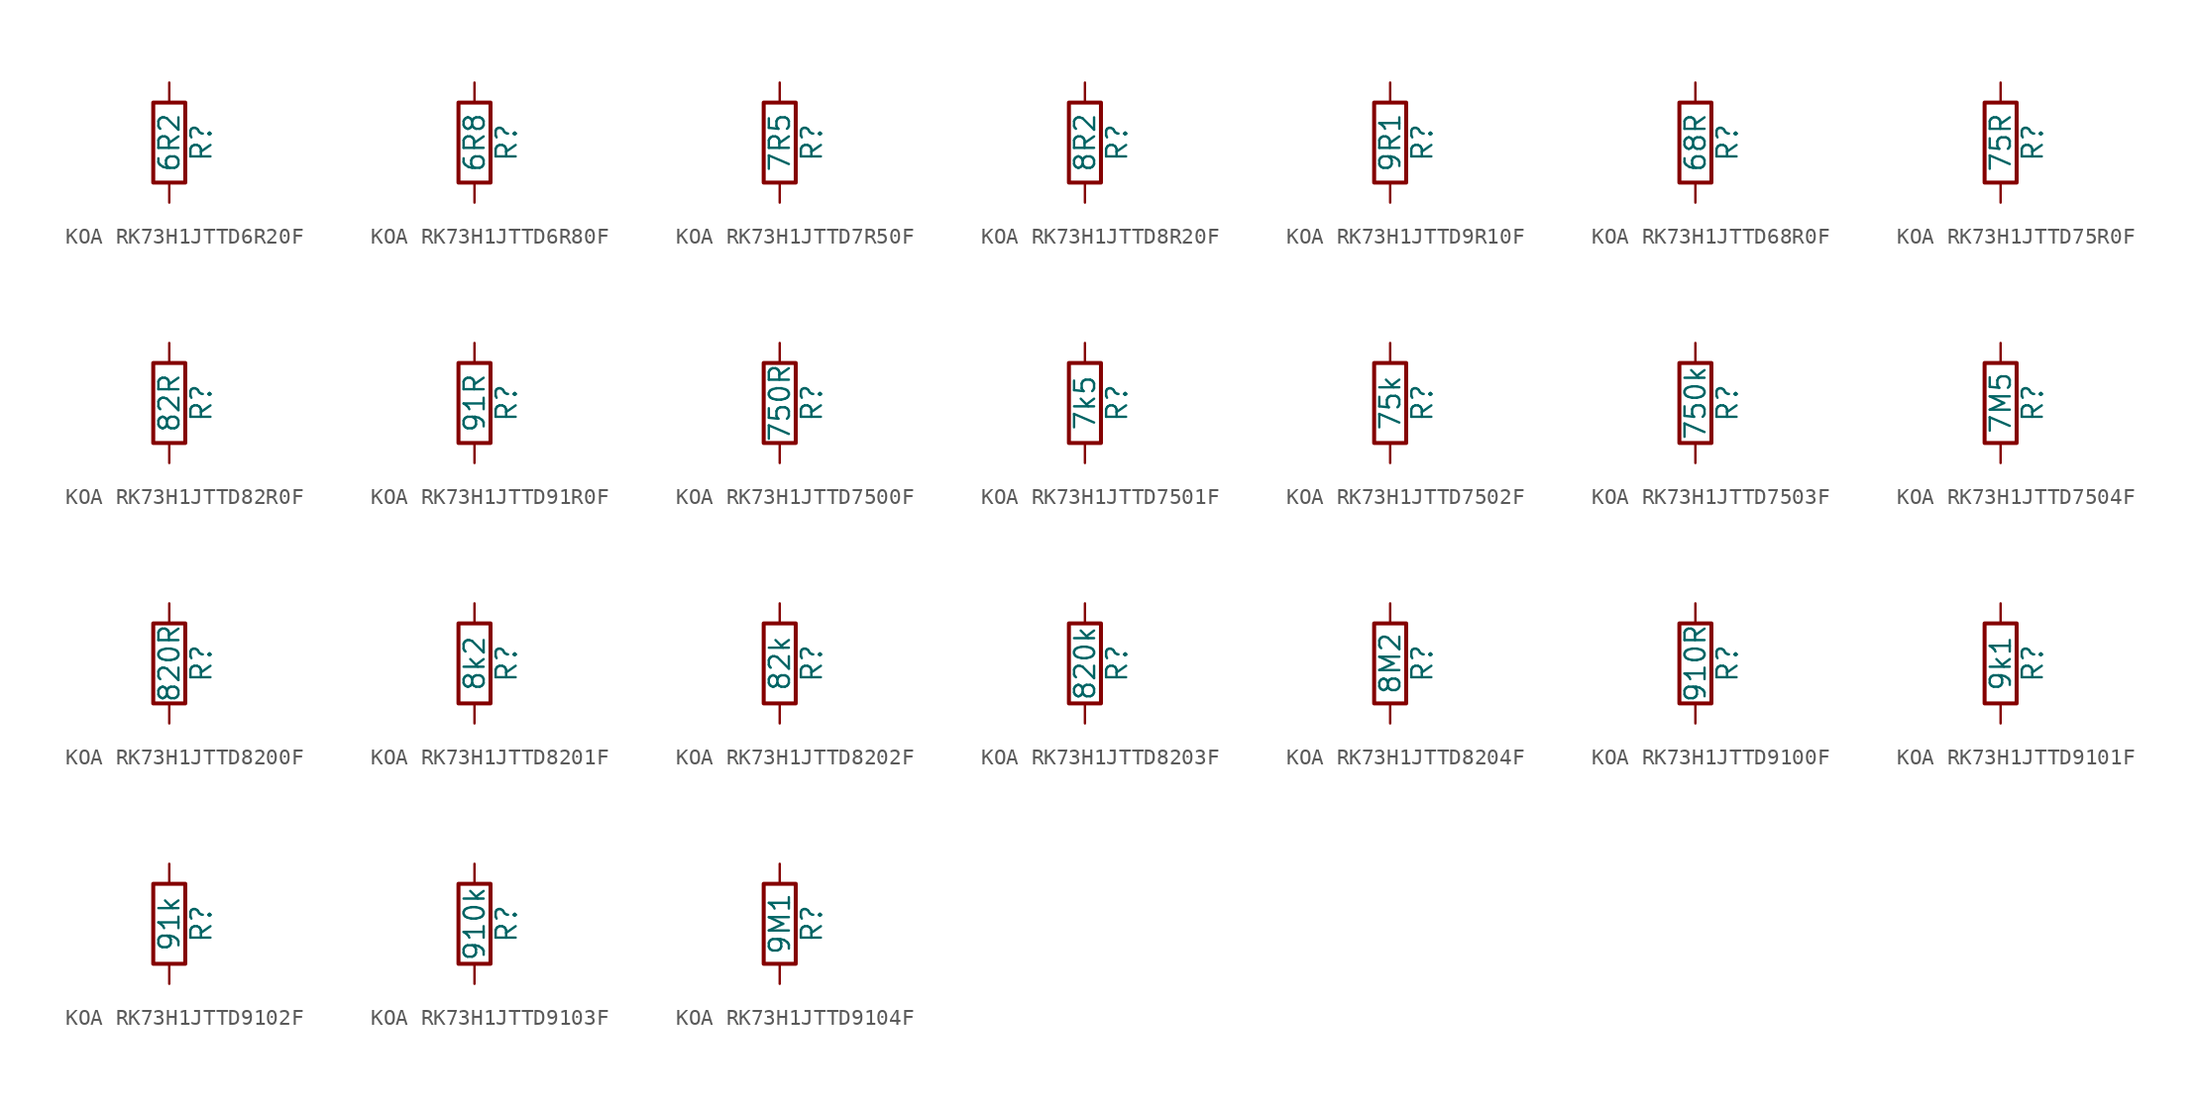
<source format=kicad_sym>
(kicad_symbol_lib
  (version 20220914)
  (generator kicad_symbol_editor)
  (symbol "KOA RK73H1JTTD6R20F"
    (pin_numbers hide)
    (pin_names
      (offset 0))
    (property "Reference" "R"
      (at 2.032 0 90)
      (effects (font (size 1.27 1.27))))
    (property "Value" "6R2"
      (at 0 0 90)
      (effects (font (size 1.27 1.27))))
    (symbol "KOA RK73H1JTTD6R20F_0_1"
      (rectangle (start -1.016 -2.54) (end 1.016 2.54) (stroke (width 0.254) (type default)) (fill (type none))))
    (symbol "KOA RK73H1JTTD6R20F_1_1"
      (pin passive line (at 0 3.81 270) (length 1.27) (name "~" (effects (font (size 1.27 1.27)))) (number "1" (effects (font (size 1.27 1.27)))))
      (pin passive line (at 0 -3.81 90) (length 1.27) (name "~" (effects (font (size 1.27 1.27)))) (number "2" (effects (font (size 1.27 1.27)))))))
  (symbol "KOA RK73H1JTTD6R80F"
    (pin_numbers hide)
    (pin_names
      (offset 0))
    (property "Reference" "R"
      (at 2.032 0 90)
      (effects (font (size 1.27 1.27))))
    (property "Value" "6R8"
      (at 0 0 90)
      (effects (font (size 1.27 1.27))))
    (symbol "KOA RK73H1JTTD6R80F_0_1"
      (rectangle (start -1.016 -2.54) (end 1.016 2.54) (stroke (width 0.254) (type default)) (fill (type none))))
    (symbol "KOA RK73H1JTTD6R80F_1_1"
      (pin passive line (at 0 3.81 270) (length 1.27) (name "~" (effects (font (size 1.27 1.27)))) (number "1" (effects (font (size 1.27 1.27)))))
      (pin passive line (at 0 -3.81 90) (length 1.27) (name "~" (effects (font (size 1.27 1.27)))) (number "2" (effects (font (size 1.27 1.27)))))))
  (symbol "KOA RK73H1JTTD7R50F"
    (pin_numbers hide)
    (pin_names
      (offset 0))
    (property "Reference" "R"
      (at 2.032 0 90)
      (effects (font (size 1.27 1.27))))
    (property "Value" "7R5"
      (at 0 0 90)
      (effects (font (size 1.27 1.27))))
    (symbol "KOA RK73H1JTTD7R50F_0_1"
      (rectangle (start -1.016 -2.54) (end 1.016 2.54) (stroke (width 0.254) (type default)) (fill (type none))))
    (symbol "KOA RK73H1JTTD7R50F_1_1"
      (pin passive line (at 0 3.81 270) (length 1.27) (name "~" (effects (font (size 1.27 1.27)))) (number "1" (effects (font (size 1.27 1.27)))))
      (pin passive line (at 0 -3.81 90) (length 1.27) (name "~" (effects (font (size 1.27 1.27)))) (number "2" (effects (font (size 1.27 1.27)))))))
  (symbol "KOA RK73H1JTTD8R20F"
    (pin_numbers hide)
    (pin_names
      (offset 0))
    (property "Reference" "R"
      (at 2.032 0 90)
      (effects (font (size 1.27 1.27))))
    (property "Value" "8R2"
      (at 0 0 90)
      (effects (font (size 1.27 1.27))))
    (symbol "KOA RK73H1JTTD8R20F_0_1"
      (rectangle (start -1.016 -2.54) (end 1.016 2.54) (stroke (width 0.254) (type default)) (fill (type none))))
    (symbol "KOA RK73H1JTTD8R20F_1_1"
      (pin passive line (at 0 3.81 270) (length 1.27) (name "~" (effects (font (size 1.27 1.27)))) (number "1" (effects (font (size 1.27 1.27)))))
      (pin passive line (at 0 -3.81 90) (length 1.27) (name "~" (effects (font (size 1.27 1.27)))) (number "2" (effects (font (size 1.27 1.27)))))))
  (symbol "KOA RK73H1JTTD9R10F"
    (pin_numbers hide)
    (pin_names
      (offset 0))
    (property "Reference" "R"
      (at 2.032 0 90)
      (effects (font (size 1.27 1.27))))
    (property "Value" "9R1"
      (at 0 0 90)
      (effects (font (size 1.27 1.27))))
    (symbol "KOA RK73H1JTTD9R10F_0_1"
      (rectangle (start -1.016 -2.54) (end 1.016 2.54) (stroke (width 0.254) (type default)) (fill (type none))))
    (symbol "KOA RK73H1JTTD9R10F_1_1"
      (pin passive line (at 0 3.81 270) (length 1.27) (name "~" (effects (font (size 1.27 1.27)))) (number "1" (effects (font (size 1.27 1.27)))))
      (pin passive line (at 0 -3.81 90) (length 1.27) (name "~" (effects (font (size 1.27 1.27)))) (number "2" (effects (font (size 1.27 1.27)))))))
  (symbol "KOA RK73H1JTTD68R0F"
    (pin_numbers hide)
    (pin_names
      (offset 0))
    (property "Reference" "R"
      (at 2.032 0 90)
      (effects (font (size 1.27 1.27))))
    (property "Value" "68R"
      (at 0 0 90)
      (effects (font (size 1.27 1.27))))
    (symbol "KOA RK73H1JTTD68R0F_0_1"
      (rectangle (start -1.016 -2.54) (end 1.016 2.54) (stroke (width 0.254) (type default)) (fill (type none))))
    (symbol "KOA RK73H1JTTD68R0F_1_1"
      (pin passive line (at 0 3.81 270) (length 1.27) (name "~" (effects (font (size 1.27 1.27)))) (number "1" (effects (font (size 1.27 1.27)))))
      (pin passive line (at 0 -3.81 90) (length 1.27) (name "~" (effects (font (size 1.27 1.27)))) (number "2" (effects (font (size 1.27 1.27)))))))
  (symbol "KOA RK73H1JTTD75R0F"
    (pin_numbers hide)
    (pin_names
      (offset 0))
    (property "Reference" "R"
      (at 2.032 0 90)
      (effects (font (size 1.27 1.27))))
    (property "Value" "75R"
      (at 0 0 90)
      (effects (font (size 1.27 1.27))))
    (symbol "KOA RK73H1JTTD75R0F_0_1"
      (rectangle (start -1.016 -2.54) (end 1.016 2.54) (stroke (width 0.254) (type default)) (fill (type none))))
    (symbol "KOA RK73H1JTTD75R0F_1_1"
      (pin passive line (at 0 3.81 270) (length 1.27) (name "~" (effects (font (size 1.27 1.27)))) (number "1" (effects (font (size 1.27 1.27)))))
      (pin passive line (at 0 -3.81 90) (length 1.27) (name "~" (effects (font (size 1.27 1.27)))) (number "2" (effects (font (size 1.27 1.27)))))))
  (symbol "KOA RK73H1JTTD82R0F"
    (pin_numbers hide)
    (pin_names
      (offset 0))
    (property "Reference" "R"
      (at 2.032 0 90)
      (effects (font (size 1.27 1.27))))
    (property "Value" "82R"
      (at 0 0 90)
      (effects (font (size 1.27 1.27))))
    (symbol "KOA RK73H1JTTD82R0F_0_1"
      (rectangle (start -1.016 -2.54) (end 1.016 2.54) (stroke (width 0.254) (type default)) (fill (type none))))
    (symbol "KOA RK73H1JTTD82R0F_1_1"
      (pin passive line (at 0 3.81 270) (length 1.27) (name "~" (effects (font (size 1.27 1.27)))) (number "1" (effects (font (size 1.27 1.27)))))
      (pin passive line (at 0 -3.81 90) (length 1.27) (name "~" (effects (font (size 1.27 1.27)))) (number "2" (effects (font (size 1.27 1.27)))))))
  (symbol "KOA RK73H1JTTD91R0F"
    (pin_numbers hide)
    (pin_names
      (offset 0))
    (property "Reference" "R"
      (at 2.032 0 90)
      (effects (font (size 1.27 1.27))))
    (property "Value" "91R"
      (at 0 0 90)
      (effects (font (size 1.27 1.27))))
    (symbol "KOA RK73H1JTTD91R0F_0_1"
      (rectangle (start -1.016 -2.54) (end 1.016 2.54) (stroke (width 0.254) (type default)) (fill (type none))))
    (symbol "KOA RK73H1JTTD91R0F_1_1"
      (pin passive line (at 0 3.81 270) (length 1.27) (name "~" (effects (font (size 1.27 1.27)))) (number "1" (effects (font (size 1.27 1.27)))))
      (pin passive line (at 0 -3.81 90) (length 1.27) (name "~" (effects (font (size 1.27 1.27)))) (number "2" (effects (font (size 1.27 1.27)))))))
  (symbol "KOA RK73H1JTTD7500F"
    (pin_numbers hide)
    (pin_names
      (offset 0))
    (property "Reference" "R"
      (at 2.032 0 90)
      (effects (font (size 1.27 1.27))))
    (property "Value" "750R"
      (at 0 0 90)
      (effects (font (size 1.27 1.27))))
    (symbol "KOA RK73H1JTTD7500F_0_1"
      (rectangle (start -1.016 -2.54) (end 1.016 2.54) (stroke (width 0.254) (type default)) (fill (type none))))
    (symbol "KOA RK73H1JTTD7500F_1_1"
      (pin passive line (at 0 3.81 270) (length 1.27) (name "~" (effects (font (size 1.27 1.27)))) (number "1" (effects (font (size 1.27 1.27)))))
      (pin passive line (at 0 -3.81 90) (length 1.27) (name "~" (effects (font (size 1.27 1.27)))) (number "2" (effects (font (size 1.27 1.27)))))))
  (symbol "KOA RK73H1JTTD7501F"
    (pin_numbers hide)
    (pin_names
      (offset 0))
    (property "Reference" "R"
      (at 2.032 0 90)
      (effects (font (size 1.27 1.27))))
    (property "Value" "7k5"
      (at 0 0 90)
      (effects (font (size 1.27 1.27))))
    (symbol "KOA RK73H1JTTD7501F_0_1"
      (rectangle (start -1.016 -2.54) (end 1.016 2.54) (stroke (width 0.254) (type default)) (fill (type none))))
    (symbol "KOA RK73H1JTTD7501F_1_1"
      (pin passive line (at 0 3.81 270) (length 1.27) (name "~" (effects (font (size 1.27 1.27)))) (number "1" (effects (font (size 1.27 1.27)))))
      (pin passive line (at 0 -3.81 90) (length 1.27) (name "~" (effects (font (size 1.27 1.27)))) (number "2" (effects (font (size 1.27 1.27)))))))
  (symbol "KOA RK73H1JTTD7502F"
    (pin_numbers hide)
    (pin_names
      (offset 0))
    (property "Reference" "R"
      (at 2.032 0 90)
      (effects (font (size 1.27 1.27))))
    (property "Value" "75k"
      (at 0 0 90)
      (effects (font (size 1.27 1.27))))
    (symbol "KOA RK73H1JTTD7502F_0_1"
      (rectangle (start -1.016 -2.54) (end 1.016 2.54) (stroke (width 0.254) (type default)) (fill (type none))))
    (symbol "KOA RK73H1JTTD7502F_1_1"
      (pin passive line (at 0 3.81 270) (length 1.27) (name "~" (effects (font (size 1.27 1.27)))) (number "1" (effects (font (size 1.27 1.27)))))
      (pin passive line (at 0 -3.81 90) (length 1.27) (name "~" (effects (font (size 1.27 1.27)))) (number "2" (effects (font (size 1.27 1.27)))))))
  (symbol "KOA RK73H1JTTD7503F"
    (pin_numbers hide)
    (pin_names
      (offset 0))
    (property "Reference" "R"
      (at 2.032 0 90)
      (effects (font (size 1.27 1.27))))
    (property "Value" "750k"
      (at 0 0 90)
      (effects (font (size 1.27 1.27))))
    (symbol "KOA RK73H1JTTD7503F_0_1"
      (rectangle (start -1.016 -2.54) (end 1.016 2.54) (stroke (width 0.254) (type default)) (fill (type none))))
    (symbol "KOA RK73H1JTTD7503F_1_1"
      (pin passive line (at 0 3.81 270) (length 1.27) (name "~" (effects (font (size 1.27 1.27)))) (number "1" (effects (font (size 1.27 1.27)))))
      (pin passive line (at 0 -3.81 90) (length 1.27) (name "~" (effects (font (size 1.27 1.27)))) (number "2" (effects (font (size 1.27 1.27)))))))
  (symbol "KOA RK73H1JTTD7504F"
    (pin_numbers hide)
    (pin_names
      (offset 0))
    (property "Reference" "R"
      (at 2.032 0 90)
      (effects (font (size 1.27 1.27))))
    (property "Value" "7M5"
      (at 0 0 90)
      (effects (font (size 1.27 1.27))))
    (symbol "KOA RK73H1JTTD7504F_0_1"
      (rectangle (start -1.016 -2.54) (end 1.016 2.54) (stroke (width 0.254) (type default)) (fill (type none))))
    (symbol "KOA RK73H1JTTD7504F_1_1"
      (pin passive line (at 0 3.81 270) (length 1.27) (name "~" (effects (font (size 1.27 1.27)))) (number "1" (effects (font (size 1.27 1.27)))))
      (pin passive line (at 0 -3.81 90) (length 1.27) (name "~" (effects (font (size 1.27 1.27)))) (number "2" (effects (font (size 1.27 1.27)))))))
  (symbol "KOA RK73H1JTTD8200F"
    (pin_numbers hide)
    (pin_names
      (offset 0))
    (property "Reference" "R"
      (at 2.032 0 90)
      (effects (font (size 1.27 1.27))))
    (property "Value" "820R"
      (at 0 0 90)
      (effects (font (size 1.27 1.27))))
    (symbol "KOA RK73H1JTTD8200F_0_1"
      (rectangle (start -1.016 -2.54) (end 1.016 2.54) (stroke (width 0.254) (type default)) (fill (type none))))
    (symbol "KOA RK73H1JTTD8200F_1_1"
      (pin passive line (at 0 3.81 270) (length 1.27) (name "~" (effects (font (size 1.27 1.27)))) (number "1" (effects (font (size 1.27 1.27)))))
      (pin passive line (at 0 -3.81 90) (length 1.27) (name "~" (effects (font (size 1.27 1.27)))) (number "2" (effects (font (size 1.27 1.27)))))))
  (symbol "KOA RK73H1JTTD8201F"
    (pin_numbers hide)
    (pin_names
      (offset 0))
    (property "Reference" "R"
      (at 2.032 0 90)
      (effects (font (size 1.27 1.27))))
    (property "Value" "8k2"
      (at 0 0 90)
      (effects (font (size 1.27 1.27))))
    (symbol "KOA RK73H1JTTD8201F_0_1"
      (rectangle (start -1.016 -2.54) (end 1.016 2.54) (stroke (width 0.254) (type default)) (fill (type none))))
    (symbol "KOA RK73H1JTTD8201F_1_1"
      (pin passive line (at 0 3.81 270) (length 1.27) (name "~" (effects (font (size 1.27 1.27)))) (number "1" (effects (font (size 1.27 1.27)))))
      (pin passive line (at 0 -3.81 90) (length 1.27) (name "~" (effects (font (size 1.27 1.27)))) (number "2" (effects (font (size 1.27 1.27)))))))
  (symbol "KOA RK73H1JTTD8202F"
    (pin_numbers hide)
    (pin_names
      (offset 0))
    (property "Reference" "R"
      (at 2.032 0 90)
      (effects (font (size 1.27 1.27))))
    (property "Value" "82k"
      (at 0 0 90)
      (effects (font (size 1.27 1.27))))
    (symbol "KOA RK73H1JTTD8202F_0_1"
      (rectangle (start -1.016 -2.54) (end 1.016 2.54) (stroke (width 0.254) (type default)) (fill (type none))))
    (symbol "KOA RK73H1JTTD8202F_1_1"
      (pin passive line (at 0 3.81 270) (length 1.27) (name "~" (effects (font (size 1.27 1.27)))) (number "1" (effects (font (size 1.27 1.27)))))
      (pin passive line (at 0 -3.81 90) (length 1.27) (name "~" (effects (font (size 1.27 1.27)))) (number "2" (effects (font (size 1.27 1.27)))))))
  (symbol "KOA RK73H1JTTD8203F"
    (pin_numbers hide)
    (pin_names
      (offset 0))
    (property "Reference" "R"
      (at 2.032 0 90)
      (effects (font (size 1.27 1.27))))
    (property "Value" "820k"
      (at 0 0 90)
      (effects (font (size 1.27 1.27))))
    (symbol "KOA RK73H1JTTD8203F_0_1"
      (rectangle (start -1.016 -2.54) (end 1.016 2.54) (stroke (width 0.254) (type default)) (fill (type none))))
    (symbol "KOA RK73H1JTTD8203F_1_1"
      (pin passive line (at 0 3.81 270) (length 1.27) (name "~" (effects (font (size 1.27 1.27)))) (number "1" (effects (font (size 1.27 1.27)))))
      (pin passive line (at 0 -3.81 90) (length 1.27) (name "~" (effects (font (size 1.27 1.27)))) (number "2" (effects (font (size 1.27 1.27)))))))
  (symbol "KOA RK73H1JTTD8204F"
    (pin_numbers hide)
    (pin_names
      (offset 0))
    (property "Reference" "R"
      (at 2.032 0 90)
      (effects (font (size 1.27 1.27))))
    (property "Value" "8M2"
      (at 0 0 90)
      (effects (font (size 1.27 1.27))))
    (symbol "KOA RK73H1JTTD8204F_0_1"
      (rectangle (start -1.016 -2.54) (end 1.016 2.54) (stroke (width 0.254) (type default)) (fill (type none))))
    (symbol "KOA RK73H1JTTD8204F_1_1"
      (pin passive line (at 0 3.81 270) (length 1.27) (name "~" (effects (font (size 1.27 1.27)))) (number "1" (effects (font (size 1.27 1.27)))))
      (pin passive line (at 0 -3.81 90) (length 1.27) (name "~" (effects (font (size 1.27 1.27)))) (number "2" (effects (font (size 1.27 1.27)))))))
  (symbol "KOA RK73H1JTTD9100F"
    (pin_numbers hide)
    (pin_names
      (offset 0))
    (property "Reference" "R"
      (at 2.032 0 90)
      (effects (font (size 1.27 1.27))))
    (property "Value" "910R"
      (at 0 0 90)
      (effects (font (size 1.27 1.27))))
    (symbol "KOA RK73H1JTTD9100F_0_1"
      (rectangle (start -1.016 -2.54) (end 1.016 2.54) (stroke (width 0.254) (type default)) (fill (type none))))
    (symbol "KOA RK73H1JTTD9100F_1_1"
      (pin passive line (at 0 3.81 270) (length 1.27) (name "~" (effects (font (size 1.27 1.27)))) (number "1" (effects (font (size 1.27 1.27)))))
      (pin passive line (at 0 -3.81 90) (length 1.27) (name "~" (effects (font (size 1.27 1.27)))) (number "2" (effects (font (size 1.27 1.27)))))))
  (symbol "KOA RK73H1JTTD9101F"
    (pin_numbers hide)
    (pin_names
      (offset 0))
    (property "Reference" "R"
      (at 2.032 0 90)
      (effects (font (size 1.27 1.27))))
    (property "Value" "9k1"
      (at 0 0 90)
      (effects (font (size 1.27 1.27))))
    (symbol "KOA RK73H1JTTD9101F_0_1"
      (rectangle (start -1.016 -2.54) (end 1.016 2.54) (stroke (width 0.254) (type default)) (fill (type none))))
    (symbol "KOA RK73H1JTTD9101F_1_1"
      (pin passive line (at 0 3.81 270) (length 1.27) (name "~" (effects (font (size 1.27 1.27)))) (number "1" (effects (font (size 1.27 1.27)))))
      (pin passive line (at 0 -3.81 90) (length 1.27) (name "~" (effects (font (size 1.27 1.27)))) (number "2" (effects (font (size 1.27 1.27)))))))
  (symbol "KOA RK73H1JTTD9102F"
    (pin_numbers hide)
    (pin_names
      (offset 0))
    (property "Reference" "R"
      (at 2.032 0 90)
      (effects (font (size 1.27 1.27))))
    (property "Value" "91k"
      (at 0 0 90)
      (effects (font (size 1.27 1.27))))
    (symbol "KOA RK73H1JTTD9102F_0_1"
      (rectangle (start -1.016 -2.54) (end 1.016 2.54) (stroke (width 0.254) (type default)) (fill (type none))))
    (symbol "KOA RK73H1JTTD9102F_1_1"
      (pin passive line (at 0 3.81 270) (length 1.27) (name "~" (effects (font (size 1.27 1.27)))) (number "1" (effects (font (size 1.27 1.27)))))
      (pin passive line (at 0 -3.81 90) (length 1.27) (name "~" (effects (font (size 1.27 1.27)))) (number "2" (effects (font (size 1.27 1.27)))))))
  (symbol "KOA RK73H1JTTD9103F"
    (pin_numbers hide)
    (pin_names
      (offset 0))
    (property "Reference" "R"
      (at 2.032 0 90)
      (effects (font (size 1.27 1.27))))
    (property "Value" "910k"
      (at 0 0 90)
      (effects (font (size 1.27 1.27))))
    (symbol "KOA RK73H1JTTD9103F_0_1"
      (rectangle (start -1.016 -2.54) (end 1.016 2.54) (stroke (width 0.254) (type default)) (fill (type none))))
    (symbol "KOA RK73H1JTTD9103F_1_1"
      (pin passive line (at 0 3.81 270) (length 1.27) (name "~" (effects (font (size 1.27 1.27)))) (number "1" (effects (font (size 1.27 1.27)))))
      (pin passive line (at 0 -3.81 90) (length 1.27) (name "~" (effects (font (size 1.27 1.27)))) (number "2" (effects (font (size 1.27 1.27)))))))
  (symbol "KOA RK73H1JTTD9104F"
    (pin_numbers hide)
    (pin_names
      (offset 0))
    (property "Reference" "R"
      (at 2.032 0 90)
      (effects (font (size 1.27 1.27))))
    (property "Value" "9M1"
      (at 0 0 90)
      (effects (font (size 1.27 1.27))))
    (symbol "KOA RK73H1JTTD9104F_0_1"
      (rectangle (start -1.016 -2.54) (end 1.016 2.54) (stroke (width 0.254) (type default)) (fill (type none))))
    (symbol "KOA RK73H1JTTD9104F_1_1"
      (pin passive line (at 0 3.81 270) (length 1.27) (name "~" (effects (font (size 1.27 1.27)))) (number "1" (effects (font (size 1.27 1.27)))))
      (pin passive line (at 0 -3.81 90) (length 1.27) (name "~" (effects (font (size 1.27 1.27)))) (number "2" (effects (font (size 1.27 1.27))))))))
</source>
